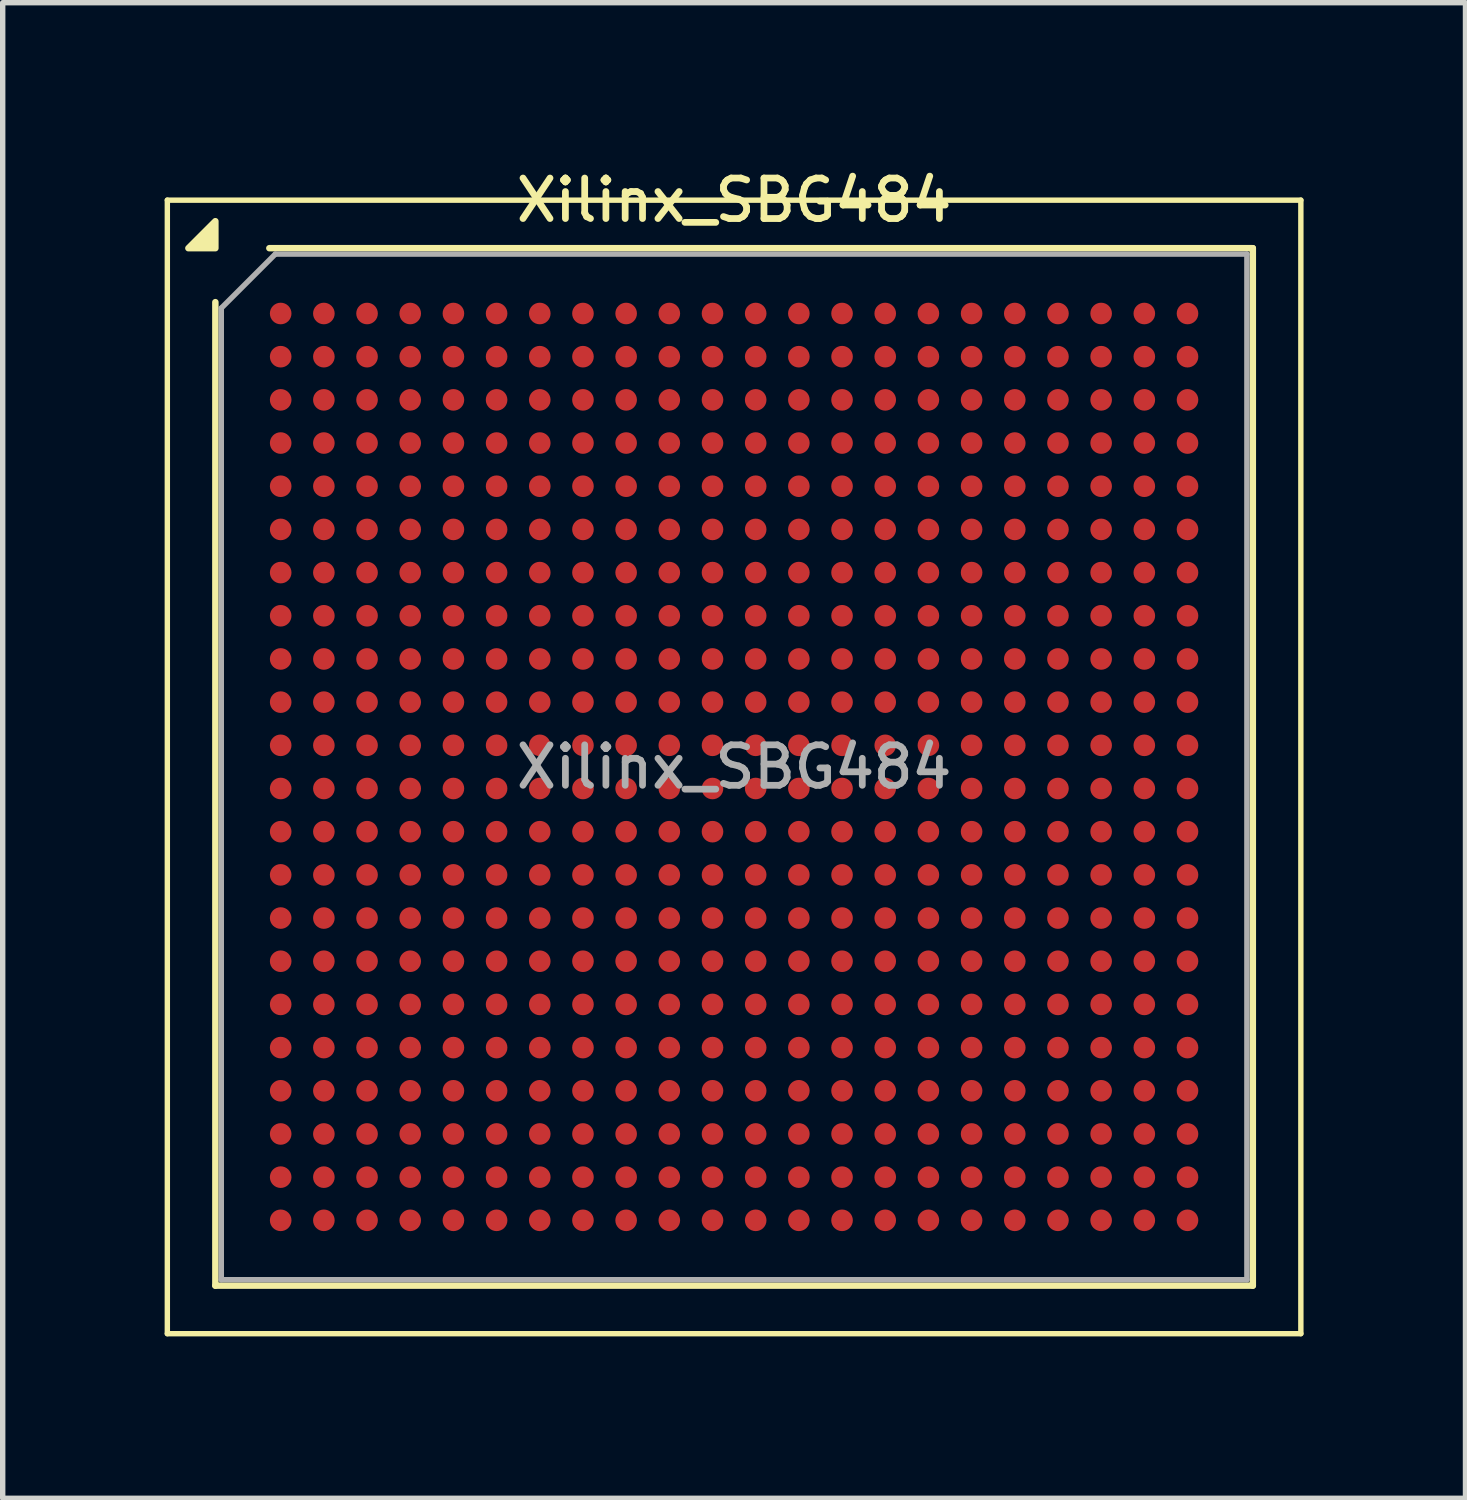
<source format=kicad_pcb>
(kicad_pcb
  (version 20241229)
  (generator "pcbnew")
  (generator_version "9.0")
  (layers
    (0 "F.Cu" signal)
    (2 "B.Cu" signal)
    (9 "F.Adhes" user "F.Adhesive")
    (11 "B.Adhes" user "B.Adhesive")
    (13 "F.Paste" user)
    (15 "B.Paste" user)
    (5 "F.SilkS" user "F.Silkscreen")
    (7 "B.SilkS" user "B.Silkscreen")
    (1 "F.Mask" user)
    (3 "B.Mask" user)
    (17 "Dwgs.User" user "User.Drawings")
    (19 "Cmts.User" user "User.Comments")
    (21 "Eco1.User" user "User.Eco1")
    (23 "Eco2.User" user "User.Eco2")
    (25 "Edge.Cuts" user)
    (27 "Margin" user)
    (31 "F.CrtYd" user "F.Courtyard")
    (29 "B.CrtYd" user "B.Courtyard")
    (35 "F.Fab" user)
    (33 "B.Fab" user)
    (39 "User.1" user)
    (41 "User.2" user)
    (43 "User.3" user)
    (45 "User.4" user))
  (footprint "Xilinx_SBG484"
    (layer "F.Cu")
    (at 10.55 11.158)
    (property "Reference" "Xilinx_SBG484" (at 0 -10.5 0) (layer "F.SilkS") (effects (font (size 0.75 0.75) (thickness 0.125))))
    (attr smd)
    (fp_line (start -10.5 -10.5) (end -10.5 10.5) (stroke (width 0.1) (type solid)) (layer "F.SilkS"))
    (fp_line (start -10.5 10.5) (end 10.5 10.5) (stroke (width 0.1) (type solid)) (layer "F.SilkS"))
    (fp_line (start -9.61 9.61) (end -9.61 -8.61) (stroke (width 0.12) (type solid)) (layer "F.SilkS"))
    (fp_line (start -8.61 -9.61) (end 9.61 -9.61) (stroke (width 0.12) (type solid)) (layer "F.SilkS"))
    (fp_line (start 9.61 -9.61) (end 9.61 9.61) (stroke (width 0.12) (type solid)) (layer "F.SilkS"))
    (fp_line (start 9.61 9.61) (end -9.61 9.61) (stroke (width 0.12) (type solid)) (layer "F.SilkS"))
    (fp_line (start 10.5 -10.5) (end -10.5 -10.5) (stroke (width 0.1) (type solid)) (layer "F.SilkS"))
    (fp_line (start 10.5 10.5) (end 10.5 -10.5) (stroke (width 0.1) (type solid)) (layer "F.SilkS"))
    (fp_poly (pts (xy -9.61 -9.61) (xy -10.11 -9.61) (xy -9.61 -10.11) (xy -9.61 -9.61)) (stroke (width 0.12) (type solid)) (fill yes) (layer "F.SilkS"))
    (fp_line (start -9.5 -8.5) (end -8.5 -9.5) (stroke (width 0.1) (type solid)) (layer "F.Fab"))
    (fp_line (start -9.5 9.5) (end -9.5 -8.5) (stroke (width 0.1) (type solid)) (layer "F.Fab"))
    (fp_line (start -8.5 -9.5) (end 9.5 -9.5) (stroke (width 0.1) (type solid)) (layer "F.Fab"))
    (fp_line (start 9.5 -9.5) (end 9.5 9.5) (stroke (width 0.1) (type solid)) (layer "F.Fab"))
    (fp_line (start 9.5 9.5) (end -9.5 9.5) (stroke (width 0.1) (type solid)) (layer "F.Fab"))
    (fp_text user "${REFERENCE}" (at 0 0 0) (layer "F.Fab") (effects (font (size 0.75 0.75) (thickness 0.125))))
    (pad "A1" smd circle (at -8.4 -8.4) (size 0.4 0.4) (property pad_prop_bga) (layers "F.Cu" "F.Mask" "F.Paste"))
    (pad "A2" smd circle (at -7.6 -8.4) (size 0.4 0.4) (property pad_prop_bga) (layers "F.Cu" "F.Mask" "F.Paste"))
    (pad "A3" smd circle (at -6.8 -8.4) (size 0.4 0.4) (property pad_prop_bga) (layers "F.Cu" "F.Mask" "F.Paste"))
    (pad "A4" smd circle (at -6 -8.4) (size 0.4 0.4) (property pad_prop_bga) (layers "F.Cu" "F.Mask" "F.Paste"))
    (pad "A5" smd circle (at -5.2 -8.4) (size 0.4 0.4) (property pad_prop_bga) (layers "F.Cu" "F.Mask" "F.Paste"))
    (pad "A6" smd circle (at -4.4 -8.4) (size 0.4 0.4) (property pad_prop_bga) (layers "F.Cu" "F.Mask" "F.Paste"))
    (pad "A7" smd circle (at -3.6 -8.4) (size 0.4 0.4) (property pad_prop_bga) (layers "F.Cu" "F.Mask" "F.Paste"))
    (pad "A8" smd circle (at -2.8 -8.4) (size 0.4 0.4) (property pad_prop_bga) (layers "F.Cu" "F.Mask" "F.Paste"))
    (pad "A9" smd circle (at -2 -8.4) (size 0.4 0.4) (property pad_prop_bga) (layers "F.Cu" "F.Mask" "F.Paste"))
    (pad "A10" smd circle (at -1.2 -8.4) (size 0.4 0.4) (property pad_prop_bga) (layers "F.Cu" "F.Mask" "F.Paste"))
    (pad "A11" smd circle (at -0.4 -8.4) (size 0.4 0.4) (property pad_prop_bga) (layers "F.Cu" "F.Mask" "F.Paste"))
    (pad "A12" smd circle (at 0.4 -8.4) (size 0.4 0.4) (property pad_prop_bga) (layers "F.Cu" "F.Mask" "F.Paste"))
    (pad "A13" smd circle (at 1.2 -8.4) (size 0.4 0.4) (property pad_prop_bga) (layers "F.Cu" "F.Mask" "F.Paste"))
    (pad "A14" smd circle (at 2 -8.4) (size 0.4 0.4) (property pad_prop_bga) (layers "F.Cu" "F.Mask" "F.Paste"))
    (pad "A15" smd circle (at 2.8 -8.4) (size 0.4 0.4) (property pad_prop_bga) (layers "F.Cu" "F.Mask" "F.Paste"))
    (pad "A16" smd circle (at 3.6 -8.4) (size 0.4 0.4) (property pad_prop_bga) (layers "F.Cu" "F.Mask" "F.Paste"))
    (pad "A17" smd circle (at 4.4 -8.4) (size 0.4 0.4) (property pad_prop_bga) (layers "F.Cu" "F.Mask" "F.Paste"))
    (pad "A18" smd circle (at 5.2 -8.4) (size 0.4 0.4) (property pad_prop_bga) (layers "F.Cu" "F.Mask" "F.Paste"))
    (pad "A19" smd circle (at 6 -8.4) (size 0.4 0.4) (property pad_prop_bga) (layers "F.Cu" "F.Mask" "F.Paste"))
    (pad "A20" smd circle (at 6.8 -8.4) (size 0.4 0.4) (property pad_prop_bga) (layers "F.Cu" "F.Mask" "F.Paste"))
    (pad "A21" smd circle (at 7.6 -8.4) (size 0.4 0.4) (property pad_prop_bga) (layers "F.Cu" "F.Mask" "F.Paste"))
    (pad "A22" smd circle (at 8.4 -8.4) (size 0.4 0.4) (property pad_prop_bga) (layers "F.Cu" "F.Mask" "F.Paste"))
    (pad "AA1" smd circle (at -8.4 7.6) (size 0.4 0.4) (property pad_prop_bga) (layers "F.Cu" "F.Mask" "F.Paste"))
    (pad "AA2" smd circle (at -7.6 7.6) (size 0.4 0.4) (property pad_prop_bga) (layers "F.Cu" "F.Mask" "F.Paste"))
    (pad "AA3" smd circle (at -6.8 7.6) (size 0.4 0.4) (property pad_prop_bga) (layers "F.Cu" "F.Mask" "F.Paste"))
    (pad "AA4" smd circle (at -6 7.6) (size 0.4 0.4) (property pad_prop_bga) (layers "F.Cu" "F.Mask" "F.Paste"))
    (pad "AA5" smd circle (at -5.2 7.6) (size 0.4 0.4) (property pad_prop_bga) (layers "F.Cu" "F.Mask" "F.Paste"))
    (pad "AA6" smd circle (at -4.4 7.6) (size 0.4 0.4) (property pad_prop_bga) (layers "F.Cu" "F.Mask" "F.Paste"))
    (pad "AA7" smd circle (at -3.6 7.6) (size 0.4 0.4) (property pad_prop_bga) (layers "F.Cu" "F.Mask" "F.Paste"))
    (pad "AA8" smd circle (at -2.8 7.6) (size 0.4 0.4) (property pad_prop_bga) (layers "F.Cu" "F.Mask" "F.Paste"))
    (pad "AA9" smd circle (at -2 7.6) (size 0.4 0.4) (property pad_prop_bga) (layers "F.Cu" "F.Mask" "F.Paste"))
    (pad "AA10" smd circle (at -1.2 7.6) (size 0.4 0.4) (property pad_prop_bga) (layers "F.Cu" "F.Mask" "F.Paste"))
    (pad "AA11" smd circle (at -0.4 7.6) (size 0.4 0.4) (property pad_prop_bga) (layers "F.Cu" "F.Mask" "F.Paste"))
    (pad "AA12" smd circle (at 0.4 7.6) (size 0.4 0.4) (property pad_prop_bga) (layers "F.Cu" "F.Mask" "F.Paste"))
    (pad "AA13" smd circle (at 1.2 7.6) (size 0.4 0.4) (property pad_prop_bga) (layers "F.Cu" "F.Mask" "F.Paste"))
    (pad "AA14" smd circle (at 2 7.6) (size 0.4 0.4) (property pad_prop_bga) (layers "F.Cu" "F.Mask" "F.Paste"))
    (pad "AA15" smd circle (at 2.8 7.6) (size 0.4 0.4) (property pad_prop_bga) (layers "F.Cu" "F.Mask" "F.Paste"))
    (pad "AA16" smd circle (at 3.6 7.6) (size 0.4 0.4) (property pad_prop_bga) (layers "F.Cu" "F.Mask" "F.Paste"))
    (pad "AA17" smd circle (at 4.4 7.6) (size 0.4 0.4) (property pad_prop_bga) (layers "F.Cu" "F.Mask" "F.Paste"))
    (pad "AA18" smd circle (at 5.2 7.6) (size 0.4 0.4) (property pad_prop_bga) (layers "F.Cu" "F.Mask" "F.Paste"))
    (pad "AA19" smd circle (at 6 7.6) (size 0.4 0.4) (property pad_prop_bga) (layers "F.Cu" "F.Mask" "F.Paste"))
    (pad "AA20" smd circle (at 6.8 7.6) (size 0.4 0.4) (property pad_prop_bga) (layers "F.Cu" "F.Mask" "F.Paste"))
    (pad "AA21" smd circle (at 7.6 7.6) (size 0.4 0.4) (property pad_prop_bga) (layers "F.Cu" "F.Mask" "F.Paste"))
    (pad "AA22" smd circle (at 8.4 7.6) (size 0.4 0.4) (property pad_prop_bga) (layers "F.Cu" "F.Mask" "F.Paste"))
    (pad "AB1" smd circle (at -8.4 8.4) (size 0.4 0.4) (property pad_prop_bga) (layers "F.Cu" "F.Mask" "F.Paste"))
    (pad "AB2" smd circle (at -7.6 8.4) (size 0.4 0.4) (property pad_prop_bga) (layers "F.Cu" "F.Mask" "F.Paste"))
    (pad "AB3" smd circle (at -6.8 8.4) (size 0.4 0.4) (property pad_prop_bga) (layers "F.Cu" "F.Mask" "F.Paste"))
    (pad "AB4" smd circle (at -6 8.4) (size 0.4 0.4) (property pad_prop_bga) (layers "F.Cu" "F.Mask" "F.Paste"))
    (pad "AB5" smd circle (at -5.2 8.4) (size 0.4 0.4) (property pad_prop_bga) (layers "F.Cu" "F.Mask" "F.Paste"))
    (pad "AB6" smd circle (at -4.4 8.4) (size 0.4 0.4) (property pad_prop_bga) (layers "F.Cu" "F.Mask" "F.Paste"))
    (pad "AB7" smd circle (at -3.6 8.4) (size 0.4 0.4) (property pad_prop_bga) (layers "F.Cu" "F.Mask" "F.Paste"))
    (pad "AB8" smd circle (at -2.8 8.4) (size 0.4 0.4) (property pad_prop_bga) (layers "F.Cu" "F.Mask" "F.Paste"))
    (pad "AB9" smd circle (at -2 8.4) (size 0.4 0.4) (property pad_prop_bga) (layers "F.Cu" "F.Mask" "F.Paste"))
    (pad "AB10" smd circle (at -1.2 8.4) (size 0.4 0.4) (property pad_prop_bga) (layers "F.Cu" "F.Mask" "F.Paste"))
    (pad "AB11" smd circle (at -0.4 8.4) (size 0.4 0.4) (property pad_prop_bga) (layers "F.Cu" "F.Mask" "F.Paste"))
    (pad "AB12" smd circle (at 0.4 8.4) (size 0.4 0.4) (property pad_prop_bga) (layers "F.Cu" "F.Mask" "F.Paste"))
    (pad "AB13" smd circle (at 1.2 8.4) (size 0.4 0.4) (property pad_prop_bga) (layers "F.Cu" "F.Mask" "F.Paste"))
    (pad "AB14" smd circle (at 2 8.4) (size 0.4 0.4) (property pad_prop_bga) (layers "F.Cu" "F.Mask" "F.Paste"))
    (pad "AB15" smd circle (at 2.8 8.4) (size 0.4 0.4) (property pad_prop_bga) (layers "F.Cu" "F.Mask" "F.Paste"))
    (pad "AB16" smd circle (at 3.6 8.4) (size 0.4 0.4) (property pad_prop_bga) (layers "F.Cu" "F.Mask" "F.Paste"))
    (pad "AB17" smd circle (at 4.4 8.4) (size 0.4 0.4) (property pad_prop_bga) (layers "F.Cu" "F.Mask" "F.Paste"))
    (pad "AB18" smd circle (at 5.2 8.4) (size 0.4 0.4) (property pad_prop_bga) (layers "F.Cu" "F.Mask" "F.Paste"))
    (pad "AB19" smd circle (at 6 8.4) (size 0.4 0.4) (property pad_prop_bga) (layers "F.Cu" "F.Mask" "F.Paste"))
    (pad "AB20" smd circle (at 6.8 8.4) (size 0.4 0.4) (property pad_prop_bga) (layers "F.Cu" "F.Mask" "F.Paste"))
    (pad "AB21" smd circle (at 7.6 8.4) (size 0.4 0.4) (property pad_prop_bga) (layers "F.Cu" "F.Mask" "F.Paste"))
    (pad "AB22" smd circle (at 8.4 8.4) (size 0.4 0.4) (property pad_prop_bga) (layers "F.Cu" "F.Mask" "F.Paste"))
    (pad "B1" smd circle (at -8.4 -7.6) (size 0.4 0.4) (property pad_prop_bga) (layers "F.Cu" "F.Mask" "F.Paste"))
    (pad "B2" smd circle (at -7.6 -7.6) (size 0.4 0.4) (property pad_prop_bga) (layers "F.Cu" "F.Mask" "F.Paste"))
    (pad "B3" smd circle (at -6.8 -7.6) (size 0.4 0.4) (property pad_prop_bga) (layers "F.Cu" "F.Mask" "F.Paste"))
    (pad "B4" smd circle (at -6 -7.6) (size 0.4 0.4) (property pad_prop_bga) (layers "F.Cu" "F.Mask" "F.Paste"))
    (pad "B5" smd circle (at -5.2 -7.6) (size 0.4 0.4) (property pad_prop_bga) (layers "F.Cu" "F.Mask" "F.Paste"))
    (pad "B6" smd circle (at -4.4 -7.6) (size 0.4 0.4) (property pad_prop_bga) (layers "F.Cu" "F.Mask" "F.Paste"))
    (pad "B7" smd circle (at -3.6 -7.6) (size 0.4 0.4) (property pad_prop_bga) (layers "F.Cu" "F.Mask" "F.Paste"))
    (pad "B8" smd circle (at -2.8 -7.6) (size 0.4 0.4) (property pad_prop_bga) (layers "F.Cu" "F.Mask" "F.Paste"))
    (pad "B9" smd circle (at -2 -7.6) (size 0.4 0.4) (property pad_prop_bga) (layers "F.Cu" "F.Mask" "F.Paste"))
    (pad "B10" smd circle (at -1.2 -7.6) (size 0.4 0.4) (property pad_prop_bga) (layers "F.Cu" "F.Mask" "F.Paste"))
    (pad "B11" smd circle (at -0.4 -7.6) (size 0.4 0.4) (property pad_prop_bga) (layers "F.Cu" "F.Mask" "F.Paste"))
    (pad "B12" smd circle (at 0.4 -7.6) (size 0.4 0.4) (property pad_prop_bga) (layers "F.Cu" "F.Mask" "F.Paste"))
    (pad "B13" smd circle (at 1.2 -7.6) (size 0.4 0.4) (property pad_prop_bga) (layers "F.Cu" "F.Mask" "F.Paste"))
    (pad "B14" smd circle (at 2 -7.6) (size 0.4 0.4) (property pad_prop_bga) (layers "F.Cu" "F.Mask" "F.Paste"))
    (pad "B15" smd circle (at 2.8 -7.6) (size 0.4 0.4) (property pad_prop_bga) (layers "F.Cu" "F.Mask" "F.Paste"))
    (pad "B16" smd circle (at 3.6 -7.6) (size 0.4 0.4) (property pad_prop_bga) (layers "F.Cu" "F.Mask" "F.Paste"))
    (pad "B17" smd circle (at 4.4 -7.6) (size 0.4 0.4) (property pad_prop_bga) (layers "F.Cu" "F.Mask" "F.Paste"))
    (pad "B18" smd circle (at 5.2 -7.6) (size 0.4 0.4) (property pad_prop_bga) (layers "F.Cu" "F.Mask" "F.Paste"))
    (pad "B19" smd circle (at 6 -7.6) (size 0.4 0.4) (property pad_prop_bga) (layers "F.Cu" "F.Mask" "F.Paste"))
    (pad "B20" smd circle (at 6.8 -7.6) (size 0.4 0.4) (property pad_prop_bga) (layers "F.Cu" "F.Mask" "F.Paste"))
    (pad "B21" smd circle (at 7.6 -7.6) (size 0.4 0.4) (property pad_prop_bga) (layers "F.Cu" "F.Mask" "F.Paste"))
    (pad "B22" smd circle (at 8.4 -7.6) (size 0.4 0.4) (property pad_prop_bga) (layers "F.Cu" "F.Mask" "F.Paste"))
    (pad "C1" smd circle (at -8.4 -6.8) (size 0.4 0.4) (property pad_prop_bga) (layers "F.Cu" "F.Mask" "F.Paste"))
    (pad "C2" smd circle (at -7.6 -6.8) (size 0.4 0.4) (property pad_prop_bga) (layers "F.Cu" "F.Mask" "F.Paste"))
    (pad "C3" smd circle (at -6.8 -6.8) (size 0.4 0.4) (property pad_prop_bga) (layers "F.Cu" "F.Mask" "F.Paste"))
    (pad "C4" smd circle (at -6 -6.8) (size 0.4 0.4) (property pad_prop_bga) (layers "F.Cu" "F.Mask" "F.Paste"))
    (pad "C5" smd circle (at -5.2 -6.8) (size 0.4 0.4) (property pad_prop_bga) (layers "F.Cu" "F.Mask" "F.Paste"))
    (pad "C6" smd circle (at -4.4 -6.8) (size 0.4 0.4) (property pad_prop_bga) (layers "F.Cu" "F.Mask" "F.Paste"))
    (pad "C7" smd circle (at -3.6 -6.8) (size 0.4 0.4) (property pad_prop_bga) (layers "F.Cu" "F.Mask" "F.Paste"))
    (pad "C8" smd circle (at -2.8 -6.8) (size 0.4 0.4) (property pad_prop_bga) (layers "F.Cu" "F.Mask" "F.Paste"))
    (pad "C9" smd circle (at -2 -6.8) (size 0.4 0.4) (property pad_prop_bga) (layers "F.Cu" "F.Mask" "F.Paste"))
    (pad "C10" smd circle (at -1.2 -6.8) (size 0.4 0.4) (property pad_prop_bga) (layers "F.Cu" "F.Mask" "F.Paste"))
    (pad "C11" smd circle (at -0.4 -6.8) (size 0.4 0.4) (property pad_prop_bga) (layers "F.Cu" "F.Mask" "F.Paste"))
    (pad "C12" smd circle (at 0.4 -6.8) (size 0.4 0.4) (property pad_prop_bga) (layers "F.Cu" "F.Mask" "F.Paste"))
    (pad "C13" smd circle (at 1.2 -6.8) (size 0.4 0.4) (property pad_prop_bga) (layers "F.Cu" "F.Mask" "F.Paste"))
    (pad "C14" smd circle (at 2 -6.8) (size 0.4 0.4) (property pad_prop_bga) (layers "F.Cu" "F.Mask" "F.Paste"))
    (pad "C15" smd circle (at 2.8 -6.8) (size 0.4 0.4) (property pad_prop_bga) (layers "F.Cu" "F.Mask" "F.Paste"))
    (pad "C16" smd circle (at 3.6 -6.8) (size 0.4 0.4) (property pad_prop_bga) (layers "F.Cu" "F.Mask" "F.Paste"))
    (pad "C17" smd circle (at 4.4 -6.8) (size 0.4 0.4) (property pad_prop_bga) (layers "F.Cu" "F.Mask" "F.Paste"))
    (pad "C18" smd circle (at 5.2 -6.8) (size 0.4 0.4) (property pad_prop_bga) (layers "F.Cu" "F.Mask" "F.Paste"))
    (pad "C19" smd circle (at 6 -6.8) (size 0.4 0.4) (property pad_prop_bga) (layers "F.Cu" "F.Mask" "F.Paste"))
    (pad "C20" smd circle (at 6.8 -6.8) (size 0.4 0.4) (property pad_prop_bga) (layers "F.Cu" "F.Mask" "F.Paste"))
    (pad "C21" smd circle (at 7.6 -6.8) (size 0.4 0.4) (property pad_prop_bga) (layers "F.Cu" "F.Mask" "F.Paste"))
    (pad "C22" smd circle (at 8.4 -6.8) (size 0.4 0.4) (property pad_prop_bga) (layers "F.Cu" "F.Mask" "F.Paste"))
    (pad "D1" smd circle (at -8.4 -6) (size 0.4 0.4) (property pad_prop_bga) (layers "F.Cu" "F.Mask" "F.Paste"))
    (pad "D2" smd circle (at -7.6 -6) (size 0.4 0.4) (property pad_prop_bga) (layers "F.Cu" "F.Mask" "F.Paste"))
    (pad "D3" smd circle (at -6.8 -6) (size 0.4 0.4) (property pad_prop_bga) (layers "F.Cu" "F.Mask" "F.Paste"))
    (pad "D4" smd circle (at -6 -6) (size 0.4 0.4) (property pad_prop_bga) (layers "F.Cu" "F.Mask" "F.Paste"))
    (pad "D5" smd circle (at -5.2 -6) (size 0.4 0.4) (property pad_prop_bga) (layers "F.Cu" "F.Mask" "F.Paste"))
    (pad "D6" smd circle (at -4.4 -6) (size 0.4 0.4) (property pad_prop_bga) (layers "F.Cu" "F.Mask" "F.Paste"))
    (pad "D7" smd circle (at -3.6 -6) (size 0.4 0.4) (property pad_prop_bga) (layers "F.Cu" "F.Mask" "F.Paste"))
    (pad "D8" smd circle (at -2.8 -6) (size 0.4 0.4) (property pad_prop_bga) (layers "F.Cu" "F.Mask" "F.Paste"))
    (pad "D9" smd circle (at -2 -6) (size 0.4 0.4) (property pad_prop_bga) (layers "F.Cu" "F.Mask" "F.Paste"))
    (pad "D10" smd circle (at -1.2 -6) (size 0.4 0.4) (property pad_prop_bga) (layers "F.Cu" "F.Mask" "F.Paste"))
    (pad "D11" smd circle (at -0.4 -6) (size 0.4 0.4) (property pad_prop_bga) (layers "F.Cu" "F.Mask" "F.Paste"))
    (pad "D12" smd circle (at 0.4 -6) (size 0.4 0.4) (property pad_prop_bga) (layers "F.Cu" "F.Mask" "F.Paste"))
    (pad "D13" smd circle (at 1.2 -6) (size 0.4 0.4) (property pad_prop_bga) (layers "F.Cu" "F.Mask" "F.Paste"))
    (pad "D14" smd circle (at 2 -6) (size 0.4 0.4) (property pad_prop_bga) (layers "F.Cu" "F.Mask" "F.Paste"))
    (pad "D15" smd circle (at 2.8 -6) (size 0.4 0.4) (property pad_prop_bga) (layers "F.Cu" "F.Mask" "F.Paste"))
    (pad "D16" smd circle (at 3.6 -6) (size 0.4 0.4) (property pad_prop_bga) (layers "F.Cu" "F.Mask" "F.Paste"))
    (pad "D17" smd circle (at 4.4 -6) (size 0.4 0.4) (property pad_prop_bga) (layers "F.Cu" "F.Mask" "F.Paste"))
    (pad "D18" smd circle (at 5.2 -6) (size 0.4 0.4) (property pad_prop_bga) (layers "F.Cu" "F.Mask" "F.Paste"))
    (pad "D19" smd circle (at 6 -6) (size 0.4 0.4) (property pad_prop_bga) (layers "F.Cu" "F.Mask" "F.Paste"))
    (pad "D20" smd circle (at 6.8 -6) (size 0.4 0.4) (property pad_prop_bga) (layers "F.Cu" "F.Mask" "F.Paste"))
    (pad "D21" smd circle (at 7.6 -6) (size 0.4 0.4) (property pad_prop_bga) (layers "F.Cu" "F.Mask" "F.Paste"))
    (pad "D22" smd circle (at 8.4 -6) (size 0.4 0.4) (property pad_prop_bga) (layers "F.Cu" "F.Mask" "F.Paste"))
    (pad "E1" smd circle (at -8.4 -5.2) (size 0.4 0.4) (property pad_prop_bga) (layers "F.Cu" "F.Mask" "F.Paste"))
    (pad "E2" smd circle (at -7.6 -5.2) (size 0.4 0.4) (property pad_prop_bga) (layers "F.Cu" "F.Mask" "F.Paste"))
    (pad "E3" smd circle (at -6.8 -5.2) (size 0.4 0.4) (property pad_prop_bga) (layers "F.Cu" "F.Mask" "F.Paste"))
    (pad "E4" smd circle (at -6 -5.2) (size 0.4 0.4) (property pad_prop_bga) (layers "F.Cu" "F.Mask" "F.Paste"))
    (pad "E5" smd circle (at -5.2 -5.2) (size 0.4 0.4) (property pad_prop_bga) (layers "F.Cu" "F.Mask" "F.Paste"))
    (pad "E6" smd circle (at -4.4 -5.2) (size 0.4 0.4) (property pad_prop_bga) (layers "F.Cu" "F.Mask" "F.Paste"))
    (pad "E7" smd circle (at -3.6 -5.2) (size 0.4 0.4) (property pad_prop_bga) (layers "F.Cu" "F.Mask" "F.Paste"))
    (pad "E8" smd circle (at -2.8 -5.2) (size 0.4 0.4) (property pad_prop_bga) (layers "F.Cu" "F.Mask" "F.Paste"))
    (pad "E9" smd circle (at -2 -5.2) (size 0.4 0.4) (property pad_prop_bga) (layers "F.Cu" "F.Mask" "F.Paste"))
    (pad "E10" smd circle (at -1.2 -5.2) (size 0.4 0.4) (property pad_prop_bga) (layers "F.Cu" "F.Mask" "F.Paste"))
    (pad "E11" smd circle (at -0.4 -5.2) (size 0.4 0.4) (property pad_prop_bga) (layers "F.Cu" "F.Mask" "F.Paste"))
    (pad "E12" smd circle (at 0.4 -5.2) (size 0.4 0.4) (property pad_prop_bga) (layers "F.Cu" "F.Mask" "F.Paste"))
    (pad "E13" smd circle (at 1.2 -5.2) (size 0.4 0.4) (property pad_prop_bga) (layers "F.Cu" "F.Mask" "F.Paste"))
    (pad "E14" smd circle (at 2 -5.2) (size 0.4 0.4) (property pad_prop_bga) (layers "F.Cu" "F.Mask" "F.Paste"))
    (pad "E15" smd circle (at 2.8 -5.2) (size 0.4 0.4) (property pad_prop_bga) (layers "F.Cu" "F.Mask" "F.Paste"))
    (pad "E16" smd circle (at 3.6 -5.2) (size 0.4 0.4) (property pad_prop_bga) (layers "F.Cu" "F.Mask" "F.Paste"))
    (pad "E17" smd circle (at 4.4 -5.2) (size 0.4 0.4) (property pad_prop_bga) (layers "F.Cu" "F.Mask" "F.Paste"))
    (pad "E18" smd circle (at 5.2 -5.2) (size 0.4 0.4) (property pad_prop_bga) (layers "F.Cu" "F.Mask" "F.Paste"))
    (pad "E19" smd circle (at 6 -5.2) (size 0.4 0.4) (property pad_prop_bga) (layers "F.Cu" "F.Mask" "F.Paste"))
    (pad "E20" smd circle (at 6.8 -5.2) (size 0.4 0.4) (property pad_prop_bga) (layers "F.Cu" "F.Mask" "F.Paste"))
    (pad "E21" smd circle (at 7.6 -5.2) (size 0.4 0.4) (property pad_prop_bga) (layers "F.Cu" "F.Mask" "F.Paste"))
    (pad "E22" smd circle (at 8.4 -5.2) (size 0.4 0.4) (property pad_prop_bga) (layers "F.Cu" "F.Mask" "F.Paste"))
    (pad "F1" smd circle (at -8.4 -4.4) (size 0.4 0.4) (property pad_prop_bga) (layers "F.Cu" "F.Mask" "F.Paste"))
    (pad "F2" smd circle (at -7.6 -4.4) (size 0.4 0.4) (property pad_prop_bga) (layers "F.Cu" "F.Mask" "F.Paste"))
    (pad "F3" smd circle (at -6.8 -4.4) (size 0.4 0.4) (property pad_prop_bga) (layers "F.Cu" "F.Mask" "F.Paste"))
    (pad "F4" smd circle (at -6 -4.4) (size 0.4 0.4) (property pad_prop_bga) (layers "F.Cu" "F.Mask" "F.Paste"))
    (pad "F5" smd circle (at -5.2 -4.4) (size 0.4 0.4) (property pad_prop_bga) (layers "F.Cu" "F.Mask" "F.Paste"))
    (pad "F6" smd circle (at -4.4 -4.4) (size 0.4 0.4) (property pad_prop_bga) (layers "F.Cu" "F.Mask" "F.Paste"))
    (pad "F7" smd circle (at -3.6 -4.4) (size 0.4 0.4) (property pad_prop_bga) (layers "F.Cu" "F.Mask" "F.Paste"))
    (pad "F8" smd circle (at -2.8 -4.4) (size 0.4 0.4) (property pad_prop_bga) (layers "F.Cu" "F.Mask" "F.Paste"))
    (pad "F9" smd circle (at -2 -4.4) (size 0.4 0.4) (property pad_prop_bga) (layers "F.Cu" "F.Mask" "F.Paste"))
    (pad "F10" smd circle (at -1.2 -4.4) (size 0.4 0.4) (property pad_prop_bga) (layers "F.Cu" "F.Mask" "F.Paste"))
    (pad "F11" smd circle (at -0.4 -4.4) (size 0.4 0.4) (property pad_prop_bga) (layers "F.Cu" "F.Mask" "F.Paste"))
    (pad "F12" smd circle (at 0.4 -4.4) (size 0.4 0.4) (property pad_prop_bga) (layers "F.Cu" "F.Mask" "F.Paste"))
    (pad "F13" smd circle (at 1.2 -4.4) (size 0.4 0.4) (property pad_prop_bga) (layers "F.Cu" "F.Mask" "F.Paste"))
    (pad "F14" smd circle (at 2 -4.4) (size 0.4 0.4) (property pad_prop_bga) (layers "F.Cu" "F.Mask" "F.Paste"))
    (pad "F15" smd circle (at 2.8 -4.4) (size 0.4 0.4) (property pad_prop_bga) (layers "F.Cu" "F.Mask" "F.Paste"))
    (pad "F16" smd circle (at 3.6 -4.4) (size 0.4 0.4) (property pad_prop_bga) (layers "F.Cu" "F.Mask" "F.Paste"))
    (pad "F17" smd circle (at 4.4 -4.4) (size 0.4 0.4) (property pad_prop_bga) (layers "F.Cu" "F.Mask" "F.Paste"))
    (pad "F18" smd circle (at 5.2 -4.4) (size 0.4 0.4) (property pad_prop_bga) (layers "F.Cu" "F.Mask" "F.Paste"))
    (pad "F19" smd circle (at 6 -4.4) (size 0.4 0.4) (property pad_prop_bga) (layers "F.Cu" "F.Mask" "F.Paste"))
    (pad "F20" smd circle (at 6.8 -4.4) (size 0.4 0.4) (property pad_prop_bga) (layers "F.Cu" "F.Mask" "F.Paste"))
    (pad "F21" smd circle (at 7.6 -4.4) (size 0.4 0.4) (property pad_prop_bga) (layers "F.Cu" "F.Mask" "F.Paste"))
    (pad "F22" smd circle (at 8.4 -4.4) (size 0.4 0.4) (property pad_prop_bga) (layers "F.Cu" "F.Mask" "F.Paste"))
    (pad "G1" smd circle (at -8.4 -3.6) (size 0.4 0.4) (property pad_prop_bga) (layers "F.Cu" "F.Mask" "F.Paste"))
    (pad "G2" smd circle (at -7.6 -3.6) (size 0.4 0.4) (property pad_prop_bga) (layers "F.Cu" "F.Mask" "F.Paste"))
    (pad "G3" smd circle (at -6.8 -3.6) (size 0.4 0.4) (property pad_prop_bga) (layers "F.Cu" "F.Mask" "F.Paste"))
    (pad "G4" smd circle (at -6 -3.6) (size 0.4 0.4) (property pad_prop_bga) (layers "F.Cu" "F.Mask" "F.Paste"))
    (pad "G5" smd circle (at -5.2 -3.6) (size 0.4 0.4) (property pad_prop_bga) (layers "F.Cu" "F.Mask" "F.Paste"))
    (pad "G6" smd circle (at -4.4 -3.6) (size 0.4 0.4) (property pad_prop_bga) (layers "F.Cu" "F.Mask" "F.Paste"))
    (pad "G7" smd circle (at -3.6 -3.6) (size 0.4 0.4) (property pad_prop_bga) (layers "F.Cu" "F.Mask" "F.Paste"))
    (pad "G8" smd circle (at -2.8 -3.6) (size 0.4 0.4) (property pad_prop_bga) (layers "F.Cu" "F.Mask" "F.Paste"))
    (pad "G9" smd circle (at -2 -3.6) (size 0.4 0.4) (property pad_prop_bga) (layers "F.Cu" "F.Mask" "F.Paste"))
    (pad "G10" smd circle (at -1.2 -3.6) (size 0.4 0.4) (property pad_prop_bga) (layers "F.Cu" "F.Mask" "F.Paste"))
    (pad "G11" smd circle (at -0.4 -3.6) (size 0.4 0.4) (property pad_prop_bga) (layers "F.Cu" "F.Mask" "F.Paste"))
    (pad "G12" smd circle (at 0.4 -3.6) (size 0.4 0.4) (property pad_prop_bga) (layers "F.Cu" "F.Mask" "F.Paste"))
    (pad "G13" smd circle (at 1.2 -3.6) (size 0.4 0.4) (property pad_prop_bga) (layers "F.Cu" "F.Mask" "F.Paste"))
    (pad "G14" smd circle (at 2 -3.6) (size 0.4 0.4) (property pad_prop_bga) (layers "F.Cu" "F.Mask" "F.Paste"))
    (pad "G15" smd circle (at 2.8 -3.6) (size 0.4 0.4) (property pad_prop_bga) (layers "F.Cu" "F.Mask" "F.Paste"))
    (pad "G16" smd circle (at 3.6 -3.6) (size 0.4 0.4) (property pad_prop_bga) (layers "F.Cu" "F.Mask" "F.Paste"))
    (pad "G17" smd circle (at 4.4 -3.6) (size 0.4 0.4) (property pad_prop_bga) (layers "F.Cu" "F.Mask" "F.Paste"))
    (pad "G18" smd circle (at 5.2 -3.6) (size 0.4 0.4) (property pad_prop_bga) (layers "F.Cu" "F.Mask" "F.Paste"))
    (pad "G19" smd circle (at 6 -3.6) (size 0.4 0.4) (property pad_prop_bga) (layers "F.Cu" "F.Mask" "F.Paste"))
    (pad "G20" smd circle (at 6.8 -3.6) (size 0.4 0.4) (property pad_prop_bga) (layers "F.Cu" "F.Mask" "F.Paste"))
    (pad "G21" smd circle (at 7.6 -3.6) (size 0.4 0.4) (property pad_prop_bga) (layers "F.Cu" "F.Mask" "F.Paste"))
    (pad "G22" smd circle (at 8.4 -3.6) (size 0.4 0.4) (property pad_prop_bga) (layers "F.Cu" "F.Mask" "F.Paste"))
    (pad "H1" smd circle (at -8.4 -2.8) (size 0.4 0.4) (property pad_prop_bga) (layers "F.Cu" "F.Mask" "F.Paste"))
    (pad "H2" smd circle (at -7.6 -2.8) (size 0.4 0.4) (property pad_prop_bga) (layers "F.Cu" "F.Mask" "F.Paste"))
    (pad "H3" smd circle (at -6.8 -2.8) (size 0.4 0.4) (property pad_prop_bga) (layers "F.Cu" "F.Mask" "F.Paste"))
    (pad "H4" smd circle (at -6 -2.8) (size 0.4 0.4) (property pad_prop_bga) (layers "F.Cu" "F.Mask" "F.Paste"))
    (pad "H5" smd circle (at -5.2 -2.8) (size 0.4 0.4) (property pad_prop_bga) (layers "F.Cu" "F.Mask" "F.Paste"))
    (pad "H6" smd circle (at -4.4 -2.8) (size 0.4 0.4) (property pad_prop_bga) (layers "F.Cu" "F.Mask" "F.Paste"))
    (pad "H7" smd circle (at -3.6 -2.8) (size 0.4 0.4) (property pad_prop_bga) (layers "F.Cu" "F.Mask" "F.Paste"))
    (pad "H8" smd circle (at -2.8 -2.8) (size 0.4 0.4) (property pad_prop_bga) (layers "F.Cu" "F.Mask" "F.Paste"))
    (pad "H9" smd circle (at -2 -2.8) (size 0.4 0.4) (property pad_prop_bga) (layers "F.Cu" "F.Mask" "F.Paste"))
    (pad "H10" smd circle (at -1.2 -2.8) (size 0.4 0.4) (property pad_prop_bga) (layers "F.Cu" "F.Mask" "F.Paste"))
    (pad "H11" smd circle (at -0.4 -2.8) (size 0.4 0.4) (property pad_prop_bga) (layers "F.Cu" "F.Mask" "F.Paste"))
    (pad "H12" smd circle (at 0.4 -2.8) (size 0.4 0.4) (property pad_prop_bga) (layers "F.Cu" "F.Mask" "F.Paste"))
    (pad "H13" smd circle (at 1.2 -2.8) (size 0.4 0.4) (property pad_prop_bga) (layers "F.Cu" "F.Mask" "F.Paste"))
    (pad "H14" smd circle (at 2 -2.8) (size 0.4 0.4) (property pad_prop_bga) (layers "F.Cu" "F.Mask" "F.Paste"))
    (pad "H15" smd circle (at 2.8 -2.8) (size 0.4 0.4) (property pad_prop_bga) (layers "F.Cu" "F.Mask" "F.Paste"))
    (pad "H16" smd circle (at 3.6 -2.8) (size 0.4 0.4) (property pad_prop_bga) (layers "F.Cu" "F.Mask" "F.Paste"))
    (pad "H17" smd circle (at 4.4 -2.8) (size 0.4 0.4) (property pad_prop_bga) (layers "F.Cu" "F.Mask" "F.Paste"))
    (pad "H18" smd circle (at 5.2 -2.8) (size 0.4 0.4) (property pad_prop_bga) (layers "F.Cu" "F.Mask" "F.Paste"))
    (pad "H19" smd circle (at 6 -2.8) (size 0.4 0.4) (property pad_prop_bga) (layers "F.Cu" "F.Mask" "F.Paste"))
    (pad "H20" smd circle (at 6.8 -2.8) (size 0.4 0.4) (property pad_prop_bga) (layers "F.Cu" "F.Mask" "F.Paste"))
    (pad "H21" smd circle (at 7.6 -2.8) (size 0.4 0.4) (property pad_prop_bga) (layers "F.Cu" "F.Mask" "F.Paste"))
    (pad "H22" smd circle (at 8.4 -2.8) (size 0.4 0.4) (property pad_prop_bga) (layers "F.Cu" "F.Mask" "F.Paste"))
    (pad "J1" smd circle (at -8.4 -2) (size 0.4 0.4) (property pad_prop_bga) (layers "F.Cu" "F.Mask" "F.Paste"))
    (pad "J2" smd circle (at -7.6 -2) (size 0.4 0.4) (property pad_prop_bga) (layers "F.Cu" "F.Mask" "F.Paste"))
    (pad "J3" smd circle (at -6.8 -2) (size 0.4 0.4) (property pad_prop_bga) (layers "F.Cu" "F.Mask" "F.Paste"))
    (pad "J4" smd circle (at -6 -2) (size 0.4 0.4) (property pad_prop_bga) (layers "F.Cu" "F.Mask" "F.Paste"))
    (pad "J5" smd circle (at -5.2 -2) (size 0.4 0.4) (property pad_prop_bga) (layers "F.Cu" "F.Mask" "F.Paste"))
    (pad "J6" smd circle (at -4.4 -2) (size 0.4 0.4) (property pad_prop_bga) (layers "F.Cu" "F.Mask" "F.Paste"))
    (pad "J7" smd circle (at -3.6 -2) (size 0.4 0.4) (property pad_prop_bga) (layers "F.Cu" "F.Mask" "F.Paste"))
    (pad "J8" smd circle (at -2.8 -2) (size 0.4 0.4) (property pad_prop_bga) (layers "F.Cu" "F.Mask" "F.Paste"))
    (pad "J9" smd circle (at -2 -2) (size 0.4 0.4) (property pad_prop_bga) (layers "F.Cu" "F.Mask" "F.Paste"))
    (pad "J10" smd circle (at -1.2 -2) (size 0.4 0.4) (property pad_prop_bga) (layers "F.Cu" "F.Mask" "F.Paste"))
    (pad "J11" smd circle (at -0.4 -2) (size 0.4 0.4) (property pad_prop_bga) (layers "F.Cu" "F.Mask" "F.Paste"))
    (pad "J12" smd circle (at 0.4 -2) (size 0.4 0.4) (property pad_prop_bga) (layers "F.Cu" "F.Mask" "F.Paste"))
    (pad "J13" smd circle (at 1.2 -2) (size 0.4 0.4) (property pad_prop_bga) (layers "F.Cu" "F.Mask" "F.Paste"))
    (pad "J14" smd circle (at 2 -2) (size 0.4 0.4) (property pad_prop_bga) (layers "F.Cu" "F.Mask" "F.Paste"))
    (pad "J15" smd circle (at 2.8 -2) (size 0.4 0.4) (property pad_prop_bga) (layers "F.Cu" "F.Mask" "F.Paste"))
    (pad "J16" smd circle (at 3.6 -2) (size 0.4 0.4) (property pad_prop_bga) (layers "F.Cu" "F.Mask" "F.Paste"))
    (pad "J17" smd circle (at 4.4 -2) (size 0.4 0.4) (property pad_prop_bga) (layers "F.Cu" "F.Mask" "F.Paste"))
    (pad "J18" smd circle (at 5.2 -2) (size 0.4 0.4) (property pad_prop_bga) (layers "F.Cu" "F.Mask" "F.Paste"))
    (pad "J19" smd circle (at 6 -2) (size 0.4 0.4) (property pad_prop_bga) (layers "F.Cu" "F.Mask" "F.Paste"))
    (pad "J20" smd circle (at 6.8 -2) (size 0.4 0.4) (property pad_prop_bga) (layers "F.Cu" "F.Mask" "F.Paste"))
    (pad "J21" smd circle (at 7.6 -2) (size 0.4 0.4) (property pad_prop_bga) (layers "F.Cu" "F.Mask" "F.Paste"))
    (pad "J22" smd circle (at 8.4 -2) (size 0.4 0.4) (property pad_prop_bga) (layers "F.Cu" "F.Mask" "F.Paste"))
    (pad "K1" smd circle (at -8.4 -1.2) (size 0.4 0.4) (property pad_prop_bga) (layers "F.Cu" "F.Mask" "F.Paste"))
    (pad "K2" smd circle (at -7.6 -1.2) (size 0.4 0.4) (property pad_prop_bga) (layers "F.Cu" "F.Mask" "F.Paste"))
    (pad "K3" smd circle (at -6.8 -1.2) (size 0.4 0.4) (property pad_prop_bga) (layers "F.Cu" "F.Mask" "F.Paste"))
    (pad "K4" smd circle (at -6 -1.2) (size 0.4 0.4) (property pad_prop_bga) (layers "F.Cu" "F.Mask" "F.Paste"))
    (pad "K5" smd circle (at -5.2 -1.2) (size 0.4 0.4) (property pad_prop_bga) (layers "F.Cu" "F.Mask" "F.Paste"))
    (pad "K6" smd circle (at -4.4 -1.2) (size 0.4 0.4) (property pad_prop_bga) (layers "F.Cu" "F.Mask" "F.Paste"))
    (pad "K7" smd circle (at -3.6 -1.2) (size 0.4 0.4) (property pad_prop_bga) (layers "F.Cu" "F.Mask" "F.Paste"))
    (pad "K8" smd circle (at -2.8 -1.2) (size 0.4 0.4) (property pad_prop_bga) (layers "F.Cu" "F.Mask" "F.Paste"))
    (pad "K9" smd circle (at -2 -1.2) (size 0.4 0.4) (property pad_prop_bga) (layers "F.Cu" "F.Mask" "F.Paste"))
    (pad "K10" smd circle (at -1.2 -1.2) (size 0.4 0.4) (property pad_prop_bga) (layers "F.Cu" "F.Mask" "F.Paste"))
    (pad "K11" smd circle (at -0.4 -1.2) (size 0.4 0.4) (property pad_prop_bga) (layers "F.Cu" "F.Mask" "F.Paste"))
    (pad "K12" smd circle (at 0.4 -1.2) (size 0.4 0.4) (property pad_prop_bga) (layers "F.Cu" "F.Mask" "F.Paste"))
    (pad "K13" smd circle (at 1.2 -1.2) (size 0.4 0.4) (property pad_prop_bga) (layers "F.Cu" "F.Mask" "F.Paste"))
    (pad "K14" smd circle (at 2 -1.2) (size 0.4 0.4) (property pad_prop_bga) (layers "F.Cu" "F.Mask" "F.Paste"))
    (pad "K15" smd circle (at 2.8 -1.2) (size 0.4 0.4) (property pad_prop_bga) (layers "F.Cu" "F.Mask" "F.Paste"))
    (pad "K16" smd circle (at 3.6 -1.2) (size 0.4 0.4) (property pad_prop_bga) (layers "F.Cu" "F.Mask" "F.Paste"))
    (pad "K17" smd circle (at 4.4 -1.2) (size 0.4 0.4) (property pad_prop_bga) (layers "F.Cu" "F.Mask" "F.Paste"))
    (pad "K18" smd circle (at 5.2 -1.2) (size 0.4 0.4) (property pad_prop_bga) (layers "F.Cu" "F.Mask" "F.Paste"))
    (pad "K19" smd circle (at 6 -1.2) (size 0.4 0.4) (property pad_prop_bga) (layers "F.Cu" "F.Mask" "F.Paste"))
    (pad "K20" smd circle (at 6.8 -1.2) (size 0.4 0.4) (property pad_prop_bga) (layers "F.Cu" "F.Mask" "F.Paste"))
    (pad "K21" smd circle (at 7.6 -1.2) (size 0.4 0.4) (property pad_prop_bga) (layers "F.Cu" "F.Mask" "F.Paste"))
    (pad "K22" smd circle (at 8.4 -1.2) (size 0.4 0.4) (property pad_prop_bga) (layers "F.Cu" "F.Mask" "F.Paste"))
    (pad "L1" smd circle (at -8.4 -0.4) (size 0.4 0.4) (property pad_prop_bga) (layers "F.Cu" "F.Mask" "F.Paste"))
    (pad "L2" smd circle (at -7.6 -0.4) (size 0.4 0.4) (property pad_prop_bga) (layers "F.Cu" "F.Mask" "F.Paste"))
    (pad "L3" smd circle (at -6.8 -0.4) (size 0.4 0.4) (property pad_prop_bga) (layers "F.Cu" "F.Mask" "F.Paste"))
    (pad "L4" smd circle (at -6 -0.4) (size 0.4 0.4) (property pad_prop_bga) (layers "F.Cu" "F.Mask" "F.Paste"))
    (pad "L5" smd circle (at -5.2 -0.4) (size 0.4 0.4) (property pad_prop_bga) (layers "F.Cu" "F.Mask" "F.Paste"))
    (pad "L6" smd circle (at -4.4 -0.4) (size 0.4 0.4) (property pad_prop_bga) (layers "F.Cu" "F.Mask" "F.Paste"))
    (pad "L7" smd circle (at -3.6 -0.4) (size 0.4 0.4) (property pad_prop_bga) (layers "F.Cu" "F.Mask" "F.Paste"))
    (pad "L8" smd circle (at -2.8 -0.4) (size 0.4 0.4) (property pad_prop_bga) (layers "F.Cu" "F.Mask" "F.Paste"))
    (pad "L9" smd circle (at -2 -0.4) (size 0.4 0.4) (property pad_prop_bga) (layers "F.Cu" "F.Mask" "F.Paste"))
    (pad "L10" smd circle (at -1.2 -0.4) (size 0.4 0.4) (property pad_prop_bga) (layers "F.Cu" "F.Mask" "F.Paste"))
    (pad "L11" smd circle (at -0.4 -0.4) (size 0.4 0.4) (property pad_prop_bga) (layers "F.Cu" "F.Mask" "F.Paste"))
    (pad "L12" smd circle (at 0.4 -0.4) (size 0.4 0.4) (property pad_prop_bga) (layers "F.Cu" "F.Mask" "F.Paste"))
    (pad "L13" smd circle (at 1.2 -0.4) (size 0.4 0.4) (property pad_prop_bga) (layers "F.Cu" "F.Mask" "F.Paste"))
    (pad "L14" smd circle (at 2 -0.4) (size 0.4 0.4) (property pad_prop_bga) (layers "F.Cu" "F.Mask" "F.Paste"))
    (pad "L15" smd circle (at 2.8 -0.4) (size 0.4 0.4) (property pad_prop_bga) (layers "F.Cu" "F.Mask" "F.Paste"))
    (pad "L16" smd circle (at 3.6 -0.4) (size 0.4 0.4) (property pad_prop_bga) (layers "F.Cu" "F.Mask" "F.Paste"))
    (pad "L17" smd circle (at 4.4 -0.4) (size 0.4 0.4) (property pad_prop_bga) (layers "F.Cu" "F.Mask" "F.Paste"))
    (pad "L18" smd circle (at 5.2 -0.4) (size 0.4 0.4) (property pad_prop_bga) (layers "F.Cu" "F.Mask" "F.Paste"))
    (pad "L19" smd circle (at 6 -0.4) (size 0.4 0.4) (property pad_prop_bga) (layers "F.Cu" "F.Mask" "F.Paste"))
    (pad "L20" smd circle (at 6.8 -0.4) (size 0.4 0.4) (property pad_prop_bga) (layers "F.Cu" "F.Mask" "F.Paste"))
    (pad "L21" smd circle (at 7.6 -0.4) (size 0.4 0.4) (property pad_prop_bga) (layers "F.Cu" "F.Mask" "F.Paste"))
    (pad "L22" smd circle (at 8.4 -0.4) (size 0.4 0.4) (property pad_prop_bga) (layers "F.Cu" "F.Mask" "F.Paste"))
    (pad "M1" smd circle (at -8.4 0.4) (size 0.4 0.4) (property pad_prop_bga) (layers "F.Cu" "F.Mask" "F.Paste"))
    (pad "M2" smd circle (at -7.6 0.4) (size 0.4 0.4) (property pad_prop_bga) (layers "F.Cu" "F.Mask" "F.Paste"))
    (pad "M3" smd circle (at -6.8 0.4) (size 0.4 0.4) (property pad_prop_bga) (layers "F.Cu" "F.Mask" "F.Paste"))
    (pad "M4" smd circle (at -6 0.4) (size 0.4 0.4) (property pad_prop_bga) (layers "F.Cu" "F.Mask" "F.Paste"))
    (pad "M5" smd circle (at -5.2 0.4) (size 0.4 0.4) (property pad_prop_bga) (layers "F.Cu" "F.Mask" "F.Paste"))
    (pad "M6" smd circle (at -4.4 0.4) (size 0.4 0.4) (property pad_prop_bga) (layers "F.Cu" "F.Mask" "F.Paste"))
    (pad "M7" smd circle (at -3.6 0.4) (size 0.4 0.4) (property pad_prop_bga) (layers "F.Cu" "F.Mask" "F.Paste"))
    (pad "M8" smd circle (at -2.8 0.4) (size 0.4 0.4) (property pad_prop_bga) (layers "F.Cu" "F.Mask" "F.Paste"))
    (pad "M9" smd circle (at -2 0.4) (size 0.4 0.4) (property pad_prop_bga) (layers "F.Cu" "F.Mask" "F.Paste"))
    (pad "M10" smd circle (at -1.2 0.4) (size 0.4 0.4) (property pad_prop_bga) (layers "F.Cu" "F.Mask" "F.Paste"))
    (pad "M11" smd circle (at -0.4 0.4) (size 0.4 0.4) (property pad_prop_bga) (layers "F.Cu" "F.Mask" "F.Paste"))
    (pad "M12" smd circle (at 0.4 0.4) (size 0.4 0.4) (property pad_prop_bga) (layers "F.Cu" "F.Mask" "F.Paste"))
    (pad "M13" smd circle (at 1.2 0.4) (size 0.4 0.4) (property pad_prop_bga) (layers "F.Cu" "F.Mask" "F.Paste"))
    (pad "M14" smd circle (at 2 0.4) (size 0.4 0.4) (property pad_prop_bga) (layers "F.Cu" "F.Mask" "F.Paste"))
    (pad "M15" smd circle (at 2.8 0.4) (size 0.4 0.4) (property pad_prop_bga) (layers "F.Cu" "F.Mask" "F.Paste"))
    (pad "M16" smd circle (at 3.6 0.4) (size 0.4 0.4) (property pad_prop_bga) (layers "F.Cu" "F.Mask" "F.Paste"))
    (pad "M17" smd circle (at 4.4 0.4) (size 0.4 0.4) (property pad_prop_bga) (layers "F.Cu" "F.Mask" "F.Paste"))
    (pad "M18" smd circle (at 5.2 0.4) (size 0.4 0.4) (property pad_prop_bga) (layers "F.Cu" "F.Mask" "F.Paste"))
    (pad "M19" smd circle (at 6 0.4) (size 0.4 0.4) (property pad_prop_bga) (layers "F.Cu" "F.Mask" "F.Paste"))
    (pad "M20" smd circle (at 6.8 0.4) (size 0.4 0.4) (property pad_prop_bga) (layers "F.Cu" "F.Mask" "F.Paste"))
    (pad "M21" smd circle (at 7.6 0.4) (size 0.4 0.4) (property pad_prop_bga) (layers "F.Cu" "F.Mask" "F.Paste"))
    (pad "M22" smd circle (at 8.4 0.4) (size 0.4 0.4) (property pad_prop_bga) (layers "F.Cu" "F.Mask" "F.Paste"))
    (pad "N1" smd circle (at -8.4 1.2) (size 0.4 0.4) (property pad_prop_bga) (layers "F.Cu" "F.Mask" "F.Paste"))
    (pad "N2" smd circle (at -7.6 1.2) (size 0.4 0.4) (property pad_prop_bga) (layers "F.Cu" "F.Mask" "F.Paste"))
    (pad "N3" smd circle (at -6.8 1.2) (size 0.4 0.4) (property pad_prop_bga) (layers "F.Cu" "F.Mask" "F.Paste"))
    (pad "N4" smd circle (at -6 1.2) (size 0.4 0.4) (property pad_prop_bga) (layers "F.Cu" "F.Mask" "F.Paste"))
    (pad "N5" smd circle (at -5.2 1.2) (size 0.4 0.4) (property pad_prop_bga) (layers "F.Cu" "F.Mask" "F.Paste"))
    (pad "N6" smd circle (at -4.4 1.2) (size 0.4 0.4) (property pad_prop_bga) (layers "F.Cu" "F.Mask" "F.Paste"))
    (pad "N7" smd circle (at -3.6 1.2) (size 0.4 0.4) (property pad_prop_bga) (layers "F.Cu" "F.Mask" "F.Paste"))
    (pad "N8" smd circle (at -2.8 1.2) (size 0.4 0.4) (property pad_prop_bga) (layers "F.Cu" "F.Mask" "F.Paste"))
    (pad "N9" smd circle (at -2 1.2) (size 0.4 0.4) (property pad_prop_bga) (layers "F.Cu" "F.Mask" "F.Paste"))
    (pad "N10" smd circle (at -1.2 1.2) (size 0.4 0.4) (property pad_prop_bga) (layers "F.Cu" "F.Mask" "F.Paste"))
    (pad "N11" smd circle (at -0.4 1.2) (size 0.4 0.4) (property pad_prop_bga) (layers "F.Cu" "F.Mask" "F.Paste"))
    (pad "N12" smd circle (at 0.4 1.2) (size 0.4 0.4) (property pad_prop_bga) (layers "F.Cu" "F.Mask" "F.Paste"))
    (pad "N13" smd circle (at 1.2 1.2) (size 0.4 0.4) (property pad_prop_bga) (layers "F.Cu" "F.Mask" "F.Paste"))
    (pad "N14" smd circle (at 2 1.2) (size 0.4 0.4) (property pad_prop_bga) (layers "F.Cu" "F.Mask" "F.Paste"))
    (pad "N15" smd circle (at 2.8 1.2) (size 0.4 0.4) (property pad_prop_bga) (layers "F.Cu" "F.Mask" "F.Paste"))
    (pad "N16" smd circle (at 3.6 1.2) (size 0.4 0.4) (property pad_prop_bga) (layers "F.Cu" "F.Mask" "F.Paste"))
    (pad "N17" smd circle (at 4.4 1.2) (size 0.4 0.4) (property pad_prop_bga) (layers "F.Cu" "F.Mask" "F.Paste"))
    (pad "N18" smd circle (at 5.2 1.2) (size 0.4 0.4) (property pad_prop_bga) (layers "F.Cu" "F.Mask" "F.Paste"))
    (pad "N19" smd circle (at 6 1.2) (size 0.4 0.4) (property pad_prop_bga) (layers "F.Cu" "F.Mask" "F.Paste"))
    (pad "N20" smd circle (at 6.8 1.2) (size 0.4 0.4) (property pad_prop_bga) (layers "F.Cu" "F.Mask" "F.Paste"))
    (pad "N21" smd circle (at 7.6 1.2) (size 0.4 0.4) (property pad_prop_bga) (layers "F.Cu" "F.Mask" "F.Paste"))
    (pad "N22" smd circle (at 8.4 1.2) (size 0.4 0.4) (property pad_prop_bga) (layers "F.Cu" "F.Mask" "F.Paste"))
    (pad "P1" smd circle (at -8.4 2) (size 0.4 0.4) (property pad_prop_bga) (layers "F.Cu" "F.Mask" "F.Paste"))
    (pad "P2" smd circle (at -7.6 2) (size 0.4 0.4) (property pad_prop_bga) (layers "F.Cu" "F.Mask" "F.Paste"))
    (pad "P3" smd circle (at -6.8 2) (size 0.4 0.4) (property pad_prop_bga) (layers "F.Cu" "F.Mask" "F.Paste"))
    (pad "P4" smd circle (at -6 2) (size 0.4 0.4) (property pad_prop_bga) (layers "F.Cu" "F.Mask" "F.Paste"))
    (pad "P5" smd circle (at -5.2 2) (size 0.4 0.4) (property pad_prop_bga) (layers "F.Cu" "F.Mask" "F.Paste"))
    (pad "P6" smd circle (at -4.4 2) (size 0.4 0.4) (property pad_prop_bga) (layers "F.Cu" "F.Mask" "F.Paste"))
    (pad "P7" smd circle (at -3.6 2) (size 0.4 0.4) (property pad_prop_bga) (layers "F.Cu" "F.Mask" "F.Paste"))
    (pad "P8" smd circle (at -2.8 2) (size 0.4 0.4) (property pad_prop_bga) (layers "F.Cu" "F.Mask" "F.Paste"))
    (pad "P9" smd circle (at -2 2) (size 0.4 0.4) (property pad_prop_bga) (layers "F.Cu" "F.Mask" "F.Paste"))
    (pad "P10" smd circle (at -1.2 2) (size 0.4 0.4) (property pad_prop_bga) (layers "F.Cu" "F.Mask" "F.Paste"))
    (pad "P11" smd circle (at -0.4 2) (size 0.4 0.4) (property pad_prop_bga) (layers "F.Cu" "F.Mask" "F.Paste"))
    (pad "P12" smd circle (at 0.4 2) (size 0.4 0.4) (property pad_prop_bga) (layers "F.Cu" "F.Mask" "F.Paste"))
    (pad "P13" smd circle (at 1.2 2) (size 0.4 0.4) (property pad_prop_bga) (layers "F.Cu" "F.Mask" "F.Paste"))
    (pad "P14" smd circle (at 2 2) (size 0.4 0.4) (property pad_prop_bga) (layers "F.Cu" "F.Mask" "F.Paste"))
    (pad "P15" smd circle (at 2.8 2) (size 0.4 0.4) (property pad_prop_bga) (layers "F.Cu" "F.Mask" "F.Paste"))
    (pad "P16" smd circle (at 3.6 2) (size 0.4 0.4) (property pad_prop_bga) (layers "F.Cu" "F.Mask" "F.Paste"))
    (pad "P17" smd circle (at 4.4 2) (size 0.4 0.4) (property pad_prop_bga) (layers "F.Cu" "F.Mask" "F.Paste"))
    (pad "P18" smd circle (at 5.2 2) (size 0.4 0.4) (property pad_prop_bga) (layers "F.Cu" "F.Mask" "F.Paste"))
    (pad "P19" smd circle (at 6 2) (size 0.4 0.4) (property pad_prop_bga) (layers "F.Cu" "F.Mask" "F.Paste"))
    (pad "P20" smd circle (at 6.8 2) (size 0.4 0.4) (property pad_prop_bga) (layers "F.Cu" "F.Mask" "F.Paste"))
    (pad "P21" smd circle (at 7.6 2) (size 0.4 0.4) (property pad_prop_bga) (layers "F.Cu" "F.Mask" "F.Paste"))
    (pad "P22" smd circle (at 8.4 2) (size 0.4 0.4) (property pad_prop_bga) (layers "F.Cu" "F.Mask" "F.Paste"))
    (pad "R1" smd circle (at -8.4 2.8) (size 0.4 0.4) (property pad_prop_bga) (layers "F.Cu" "F.Mask" "F.Paste"))
    (pad "R2" smd circle (at -7.6 2.8) (size 0.4 0.4) (property pad_prop_bga) (layers "F.Cu" "F.Mask" "F.Paste"))
    (pad "R3" smd circle (at -6.8 2.8) (size 0.4 0.4) (property pad_prop_bga) (layers "F.Cu" "F.Mask" "F.Paste"))
    (pad "R4" smd circle (at -6 2.8) (size 0.4 0.4) (property pad_prop_bga) (layers "F.Cu" "F.Mask" "F.Paste"))
    (pad "R5" smd circle (at -5.2 2.8) (size 0.4 0.4) (property pad_prop_bga) (layers "F.Cu" "F.Mask" "F.Paste"))
    (pad "R6" smd circle (at -4.4 2.8) (size 0.4 0.4) (property pad_prop_bga) (layers "F.Cu" "F.Mask" "F.Paste"))
    (pad "R7" smd circle (at -3.6 2.8) (size 0.4 0.4) (property pad_prop_bga) (layers "F.Cu" "F.Mask" "F.Paste"))
    (pad "R8" smd circle (at -2.8 2.8) (size 0.4 0.4) (property pad_prop_bga) (layers "F.Cu" "F.Mask" "F.Paste"))
    (pad "R9" smd circle (at -2 2.8) (size 0.4 0.4) (property pad_prop_bga) (layers "F.Cu" "F.Mask" "F.Paste"))
    (pad "R10" smd circle (at -1.2 2.8) (size 0.4 0.4) (property pad_prop_bga) (layers "F.Cu" "F.Mask" "F.Paste"))
    (pad "R11" smd circle (at -0.4 2.8) (size 0.4 0.4) (property pad_prop_bga) (layers "F.Cu" "F.Mask" "F.Paste"))
    (pad "R12" smd circle (at 0.4 2.8) (size 0.4 0.4) (property pad_prop_bga) (layers "F.Cu" "F.Mask" "F.Paste"))
    (pad "R13" smd circle (at 1.2 2.8) (size 0.4 0.4) (property pad_prop_bga) (layers "F.Cu" "F.Mask" "F.Paste"))
    (pad "R14" smd circle (at 2 2.8) (size 0.4 0.4) (property pad_prop_bga) (layers "F.Cu" "F.Mask" "F.Paste"))
    (pad "R15" smd circle (at 2.8 2.8) (size 0.4 0.4) (property pad_prop_bga) (layers "F.Cu" "F.Mask" "F.Paste"))
    (pad "R16" smd circle (at 3.6 2.8) (size 0.4 0.4) (property pad_prop_bga) (layers "F.Cu" "F.Mask" "F.Paste"))
    (pad "R17" smd circle (at 4.4 2.8) (size 0.4 0.4) (property pad_prop_bga) (layers "F.Cu" "F.Mask" "F.Paste"))
    (pad "R18" smd circle (at 5.2 2.8) (size 0.4 0.4) (property pad_prop_bga) (layers "F.Cu" "F.Mask" "F.Paste"))
    (pad "R19" smd circle (at 6 2.8) (size 0.4 0.4) (property pad_prop_bga) (layers "F.Cu" "F.Mask" "F.Paste"))
    (pad "R20" smd circle (at 6.8 2.8) (size 0.4 0.4) (property pad_prop_bga) (layers "F.Cu" "F.Mask" "F.Paste"))
    (pad "R21" smd circle (at 7.6 2.8) (size 0.4 0.4) (property pad_prop_bga) (layers "F.Cu" "F.Mask" "F.Paste"))
    (pad "R22" smd circle (at 8.4 2.8) (size 0.4 0.4) (property pad_prop_bga) (layers "F.Cu" "F.Mask" "F.Paste"))
    (pad "T1" smd circle (at -8.4 3.6) (size 0.4 0.4) (property pad_prop_bga) (layers "F.Cu" "F.Mask" "F.Paste"))
    (pad "T2" smd circle (at -7.6 3.6) (size 0.4 0.4) (property pad_prop_bga) (layers "F.Cu" "F.Mask" "F.Paste"))
    (pad "T3" smd circle (at -6.8 3.6) (size 0.4 0.4) (property pad_prop_bga) (layers "F.Cu" "F.Mask" "F.Paste"))
    (pad "T4" smd circle (at -6 3.6) (size 0.4 0.4) (property pad_prop_bga) (layers "F.Cu" "F.Mask" "F.Paste"))
    (pad "T5" smd circle (at -5.2 3.6) (size 0.4 0.4) (property pad_prop_bga) (layers "F.Cu" "F.Mask" "F.Paste"))
    (pad "T6" smd circle (at -4.4 3.6) (size 0.4 0.4) (property pad_prop_bga) (layers "F.Cu" "F.Mask" "F.Paste"))
    (pad "T7" smd circle (at -3.6 3.6) (size 0.4 0.4) (property pad_prop_bga) (layers "F.Cu" "F.Mask" "F.Paste"))
    (pad "T8" smd circle (at -2.8 3.6) (size 0.4 0.4) (property pad_prop_bga) (layers "F.Cu" "F.Mask" "F.Paste"))
    (pad "T9" smd circle (at -2 3.6) (size 0.4 0.4) (property pad_prop_bga) (layers "F.Cu" "F.Mask" "F.Paste"))
    (pad "T10" smd circle (at -1.2 3.6) (size 0.4 0.4) (property pad_prop_bga) (layers "F.Cu" "F.Mask" "F.Paste"))
    (pad "T11" smd circle (at -0.4 3.6) (size 0.4 0.4) (property pad_prop_bga) (layers "F.Cu" "F.Mask" "F.Paste"))
    (pad "T12" smd circle (at 0.4 3.6) (size 0.4 0.4) (property pad_prop_bga) (layers "F.Cu" "F.Mask" "F.Paste"))
    (pad "T13" smd circle (at 1.2 3.6) (size 0.4 0.4) (property pad_prop_bga) (layers "F.Cu" "F.Mask" "F.Paste"))
    (pad "T14" smd circle (at 2 3.6) (size 0.4 0.4) (property pad_prop_bga) (layers "F.Cu" "F.Mask" "F.Paste"))
    (pad "T15" smd circle (at 2.8 3.6) (size 0.4 0.4) (property pad_prop_bga) (layers "F.Cu" "F.Mask" "F.Paste"))
    (pad "T16" smd circle (at 3.6 3.6) (size 0.4 0.4) (property pad_prop_bga) (layers "F.Cu" "F.Mask" "F.Paste"))
    (pad "T17" smd circle (at 4.4 3.6) (size 0.4 0.4) (property pad_prop_bga) (layers "F.Cu" "F.Mask" "F.Paste"))
    (pad "T18" smd circle (at 5.2 3.6) (size 0.4 0.4) (property pad_prop_bga) (layers "F.Cu" "F.Mask" "F.Paste"))
    (pad "T19" smd circle (at 6 3.6) (size 0.4 0.4) (property pad_prop_bga) (layers "F.Cu" "F.Mask" "F.Paste"))
    (pad "T20" smd circle (at 6.8 3.6) (size 0.4 0.4) (property pad_prop_bga) (layers "F.Cu" "F.Mask" "F.Paste"))
    (pad "T21" smd circle (at 7.6 3.6) (size 0.4 0.4) (property pad_prop_bga) (layers "F.Cu" "F.Mask" "F.Paste"))
    (pad "T22" smd circle (at 8.4 3.6) (size 0.4 0.4) (property pad_prop_bga) (layers "F.Cu" "F.Mask" "F.Paste"))
    (pad "U1" smd circle (at -8.4 4.4) (size 0.4 0.4) (property pad_prop_bga) (layers "F.Cu" "F.Mask" "F.Paste"))
    (pad "U2" smd circle (at -7.6 4.4) (size 0.4 0.4) (property pad_prop_bga) (layers "F.Cu" "F.Mask" "F.Paste"))
    (pad "U3" smd circle (at -6.8 4.4) (size 0.4 0.4) (property pad_prop_bga) (layers "F.Cu" "F.Mask" "F.Paste"))
    (pad "U4" smd circle (at -6 4.4) (size 0.4 0.4) (property pad_prop_bga) (layers "F.Cu" "F.Mask" "F.Paste"))
    (pad "U5" smd circle (at -5.2 4.4) (size 0.4 0.4) (property pad_prop_bga) (layers "F.Cu" "F.Mask" "F.Paste"))
    (pad "U6" smd circle (at -4.4 4.4) (size 0.4 0.4) (property pad_prop_bga) (layers "F.Cu" "F.Mask" "F.Paste"))
    (pad "U7" smd circle (at -3.6 4.4) (size 0.4 0.4) (property pad_prop_bga) (layers "F.Cu" "F.Mask" "F.Paste"))
    (pad "U8" smd circle (at -2.8 4.4) (size 0.4 0.4) (property pad_prop_bga) (layers "F.Cu" "F.Mask" "F.Paste"))
    (pad "U9" smd circle (at -2 4.4) (size 0.4 0.4) (property pad_prop_bga) (layers "F.Cu" "F.Mask" "F.Paste"))
    (pad "U10" smd circle (at -1.2 4.4) (size 0.4 0.4) (property pad_prop_bga) (layers "F.Cu" "F.Mask" "F.Paste"))
    (pad "U11" smd circle (at -0.4 4.4) (size 0.4 0.4) (property pad_prop_bga) (layers "F.Cu" "F.Mask" "F.Paste"))
    (pad "U12" smd circle (at 0.4 4.4) (size 0.4 0.4) (property pad_prop_bga) (layers "F.Cu" "F.Mask" "F.Paste"))
    (pad "U13" smd circle (at 1.2 4.4) (size 0.4 0.4) (property pad_prop_bga) (layers "F.Cu" "F.Mask" "F.Paste"))
    (pad "U14" smd circle (at 2 4.4) (size 0.4 0.4) (property pad_prop_bga) (layers "F.Cu" "F.Mask" "F.Paste"))
    (pad "U15" smd circle (at 2.8 4.4) (size 0.4 0.4) (property pad_prop_bga) (layers "F.Cu" "F.Mask" "F.Paste"))
    (pad "U16" smd circle (at 3.6 4.4) (size 0.4 0.4) (property pad_prop_bga) (layers "F.Cu" "F.Mask" "F.Paste"))
    (pad "U17" smd circle (at 4.4 4.4) (size 0.4 0.4) (property pad_prop_bga) (layers "F.Cu" "F.Mask" "F.Paste"))
    (pad "U18" smd circle (at 5.2 4.4) (size 0.4 0.4) (property pad_prop_bga) (layers "F.Cu" "F.Mask" "F.Paste"))
    (pad "U19" smd circle (at 6 4.4) (size 0.4 0.4) (property pad_prop_bga) (layers "F.Cu" "F.Mask" "F.Paste"))
    (pad "U20" smd circle (at 6.8 4.4) (size 0.4 0.4) (property pad_prop_bga) (layers "F.Cu" "F.Mask" "F.Paste"))
    (pad "U21" smd circle (at 7.6 4.4) (size 0.4 0.4) (property pad_prop_bga) (layers "F.Cu" "F.Mask" "F.Paste"))
    (pad "U22" smd circle (at 8.4 4.4) (size 0.4 0.4) (property pad_prop_bga) (layers "F.Cu" "F.Mask" "F.Paste"))
    (pad "V1" smd circle (at -8.4 5.2) (size 0.4 0.4) (property pad_prop_bga) (layers "F.Cu" "F.Mask" "F.Paste"))
    (pad "V2" smd circle (at -7.6 5.2) (size 0.4 0.4) (property pad_prop_bga) (layers "F.Cu" "F.Mask" "F.Paste"))
    (pad "V3" smd circle (at -6.8 5.2) (size 0.4 0.4) (property pad_prop_bga) (layers "F.Cu" "F.Mask" "F.Paste"))
    (pad "V4" smd circle (at -6 5.2) (size 0.4 0.4) (property pad_prop_bga) (layers "F.Cu" "F.Mask" "F.Paste"))
    (pad "V5" smd circle (at -5.2 5.2) (size 0.4 0.4) (property pad_prop_bga) (layers "F.Cu" "F.Mask" "F.Paste"))
    (pad "V6" smd circle (at -4.4 5.2) (size 0.4 0.4) (property pad_prop_bga) (layers "F.Cu" "F.Mask" "F.Paste"))
    (pad "V7" smd circle (at -3.6 5.2) (size 0.4 0.4) (property pad_prop_bga) (layers "F.Cu" "F.Mask" "F.Paste"))
    (pad "V8" smd circle (at -2.8 5.2) (size 0.4 0.4) (property pad_prop_bga) (layers "F.Cu" "F.Mask" "F.Paste"))
    (pad "V9" smd circle (at -2 5.2) (size 0.4 0.4) (property pad_prop_bga) (layers "F.Cu" "F.Mask" "F.Paste"))
    (pad "V10" smd circle (at -1.2 5.2) (size 0.4 0.4) (property pad_prop_bga) (layers "F.Cu" "F.Mask" "F.Paste"))
    (pad "V11" smd circle (at -0.4 5.2) (size 0.4 0.4) (property pad_prop_bga) (layers "F.Cu" "F.Mask" "F.Paste"))
    (pad "V12" smd circle (at 0.4 5.2) (size 0.4 0.4) (property pad_prop_bga) (layers "F.Cu" "F.Mask" "F.Paste"))
    (pad "V13" smd circle (at 1.2 5.2) (size 0.4 0.4) (property pad_prop_bga) (layers "F.Cu" "F.Mask" "F.Paste"))
    (pad "V14" smd circle (at 2 5.2) (size 0.4 0.4) (property pad_prop_bga) (layers "F.Cu" "F.Mask" "F.Paste"))
    (pad "V15" smd circle (at 2.8 5.2) (size 0.4 0.4) (property pad_prop_bga) (layers "F.Cu" "F.Mask" "F.Paste"))
    (pad "V16" smd circle (at 3.6 5.2) (size 0.4 0.4) (property pad_prop_bga) (layers "F.Cu" "F.Mask" "F.Paste"))
    (pad "V17" smd circle (at 4.4 5.2) (size 0.4 0.4) (property pad_prop_bga) (layers "F.Cu" "F.Mask" "F.Paste"))
    (pad "V18" smd circle (at 5.2 5.2) (size 0.4 0.4) (property pad_prop_bga) (layers "F.Cu" "F.Mask" "F.Paste"))
    (pad "V19" smd circle (at 6 5.2) (size 0.4 0.4) (property pad_prop_bga) (layers "F.Cu" "F.Mask" "F.Paste"))
    (pad "V20" smd circle (at 6.8 5.2) (size 0.4 0.4) (property pad_prop_bga) (layers "F.Cu" "F.Mask" "F.Paste"))
    (pad "V21" smd circle (at 7.6 5.2) (size 0.4 0.4) (property pad_prop_bga) (layers "F.Cu" "F.Mask" "F.Paste"))
    (pad "V22" smd circle (at 8.4 5.2) (size 0.4 0.4) (property pad_prop_bga) (layers "F.Cu" "F.Mask" "F.Paste"))
    (pad "W1" smd circle (at -8.4 6) (size 0.4 0.4) (property pad_prop_bga) (layers "F.Cu" "F.Mask" "F.Paste"))
    (pad "W2" smd circle (at -7.6 6) (size 0.4 0.4) (property pad_prop_bga) (layers "F.Cu" "F.Mask" "F.Paste"))
    (pad "W3" smd circle (at -6.8 6) (size 0.4 0.4) (property pad_prop_bga) (layers "F.Cu" "F.Mask" "F.Paste"))
    (pad "W4" smd circle (at -6 6) (size 0.4 0.4) (property pad_prop_bga) (layers "F.Cu" "F.Mask" "F.Paste"))
    (pad "W5" smd circle (at -5.2 6) (size 0.4 0.4) (property pad_prop_bga) (layers "F.Cu" "F.Mask" "F.Paste"))
    (pad "W6" smd circle (at -4.4 6) (size 0.4 0.4) (property pad_prop_bga) (layers "F.Cu" "F.Mask" "F.Paste"))
    (pad "W7" smd circle (at -3.6 6) (size 0.4 0.4) (property pad_prop_bga) (layers "F.Cu" "F.Mask" "F.Paste"))
    (pad "W8" smd circle (at -2.8 6) (size 0.4 0.4) (property pad_prop_bga) (layers "F.Cu" "F.Mask" "F.Paste"))
    (pad "W9" smd circle (at -2 6) (size 0.4 0.4) (property pad_prop_bga) (layers "F.Cu" "F.Mask" "F.Paste"))
    (pad "W10" smd circle (at -1.2 6) (size 0.4 0.4) (property pad_prop_bga) (layers "F.Cu" "F.Mask" "F.Paste"))
    (pad "W11" smd circle (at -0.4 6) (size 0.4 0.4) (property pad_prop_bga) (layers "F.Cu" "F.Mask" "F.Paste"))
    (pad "W12" smd circle (at 0.4 6) (size 0.4 0.4) (property pad_prop_bga) (layers "F.Cu" "F.Mask" "F.Paste"))
    (pad "W13" smd circle (at 1.2 6) (size 0.4 0.4) (property pad_prop_bga) (layers "F.Cu" "F.Mask" "F.Paste"))
    (pad "W14" smd circle (at 2 6) (size 0.4 0.4) (property pad_prop_bga) (layers "F.Cu" "F.Mask" "F.Paste"))
    (pad "W15" smd circle (at 2.8 6) (size 0.4 0.4) (property pad_prop_bga) (layers "F.Cu" "F.Mask" "F.Paste"))
    (pad "W16" smd circle (at 3.6 6) (size 0.4 0.4) (property pad_prop_bga) (layers "F.Cu" "F.Mask" "F.Paste"))
    (pad "W17" smd circle (at 4.4 6) (size 0.4 0.4) (property pad_prop_bga) (layers "F.Cu" "F.Mask" "F.Paste"))
    (pad "W18" smd circle (at 5.2 6) (size 0.4 0.4) (property pad_prop_bga) (layers "F.Cu" "F.Mask" "F.Paste"))
    (pad "W19" smd circle (at 6 6) (size 0.4 0.4) (property pad_prop_bga) (layers "F.Cu" "F.Mask" "F.Paste"))
    (pad "W20" smd circle (at 6.8 6) (size 0.4 0.4) (property pad_prop_bga) (layers "F.Cu" "F.Mask" "F.Paste"))
    (pad "W21" smd circle (at 7.6 6) (size 0.4 0.4) (property pad_prop_bga) (layers "F.Cu" "F.Mask" "F.Paste"))
    (pad "W22" smd circle (at 8.4 6) (size 0.4 0.4) (property pad_prop_bga) (layers "F.Cu" "F.Mask" "F.Paste"))
    (pad "Y1" smd circle (at -8.4 6.8) (size 0.4 0.4) (property pad_prop_bga) (layers "F.Cu" "F.Mask" "F.Paste"))
    (pad "Y2" smd circle (at -7.6 6.8) (size 0.4 0.4) (property pad_prop_bga) (layers "F.Cu" "F.Mask" "F.Paste"))
    (pad "Y3" smd circle (at -6.8 6.8) (size 0.4 0.4) (property pad_prop_bga) (layers "F.Cu" "F.Mask" "F.Paste"))
    (pad "Y4" smd circle (at -6 6.8) (size 0.4 0.4) (property pad_prop_bga) (layers "F.Cu" "F.Mask" "F.Paste"))
    (pad "Y5" smd circle (at -5.2 6.8) (size 0.4 0.4) (property pad_prop_bga) (layers "F.Cu" "F.Mask" "F.Paste"))
    (pad "Y6" smd circle (at -4.4 6.8) (size 0.4 0.4) (property pad_prop_bga) (layers "F.Cu" "F.Mask" "F.Paste"))
    (pad "Y7" smd circle (at -3.6 6.8) (size 0.4 0.4) (property pad_prop_bga) (layers "F.Cu" "F.Mask" "F.Paste"))
    (pad "Y8" smd circle (at -2.8 6.8) (size 0.4 0.4) (property pad_prop_bga) (layers "F.Cu" "F.Mask" "F.Paste"))
    (pad "Y9" smd circle (at -2 6.8) (size 0.4 0.4) (property pad_prop_bga) (layers "F.Cu" "F.Mask" "F.Paste"))
    (pad "Y10" smd circle (at -1.2 6.8) (size 0.4 0.4) (property pad_prop_bga) (layers "F.Cu" "F.Mask" "F.Paste"))
    (pad "Y11" smd circle (at -0.4 6.8) (size 0.4 0.4) (property pad_prop_bga) (layers "F.Cu" "F.Mask" "F.Paste"))
    (pad "Y12" smd circle (at 0.4 6.8) (size 0.4 0.4) (property pad_prop_bga) (layers "F.Cu" "F.Mask" "F.Paste"))
    (pad "Y13" smd circle (at 1.2 6.8) (size 0.4 0.4) (property pad_prop_bga) (layers "F.Cu" "F.Mask" "F.Paste"))
    (pad "Y14" smd circle (at 2 6.8) (size 0.4 0.4) (property pad_prop_bga) (layers "F.Cu" "F.Mask" "F.Paste"))
    (pad "Y15" smd circle (at 2.8 6.8) (size 0.4 0.4) (property pad_prop_bga) (layers "F.Cu" "F.Mask" "F.Paste"))
    (pad "Y16" smd circle (at 3.6 6.8) (size 0.4 0.4) (property pad_prop_bga) (layers "F.Cu" "F.Mask" "F.Paste"))
    (pad "Y17" smd circle (at 4.4 6.8) (size 0.4 0.4) (property pad_prop_bga) (layers "F.Cu" "F.Mask" "F.Paste"))
    (pad "Y18" smd circle (at 5.2 6.8) (size 0.4 0.4) (property pad_prop_bga) (layers "F.Cu" "F.Mask" "F.Paste"))
    (pad "Y19" smd circle (at 6 6.8) (size 0.4 0.4) (property pad_prop_bga) (layers "F.Cu" "F.Mask" "F.Paste"))
    (pad "Y20" smd circle (at 6.8 6.8) (size 0.4 0.4) (property pad_prop_bga) (layers "F.Cu" "F.Mask" "F.Paste"))
    (pad "Y21" smd circle (at 7.6 6.8) (size 0.4 0.4) (property pad_prop_bga) (layers "F.Cu" "F.Mask" "F.Paste"))
    (pad "Y22" smd circle (at 8.4 6.8) (size 0.4 0.4) (property pad_prop_bga) (layers "F.Cu" "F.Mask" "F.Paste")))
  (gr_rect
    (start -3 -3)
    (end 24.1 24.708)
    (stroke (width 0.1) (type default))
    (fill no)
    (layer "Edge.Cuts")))
</source>
